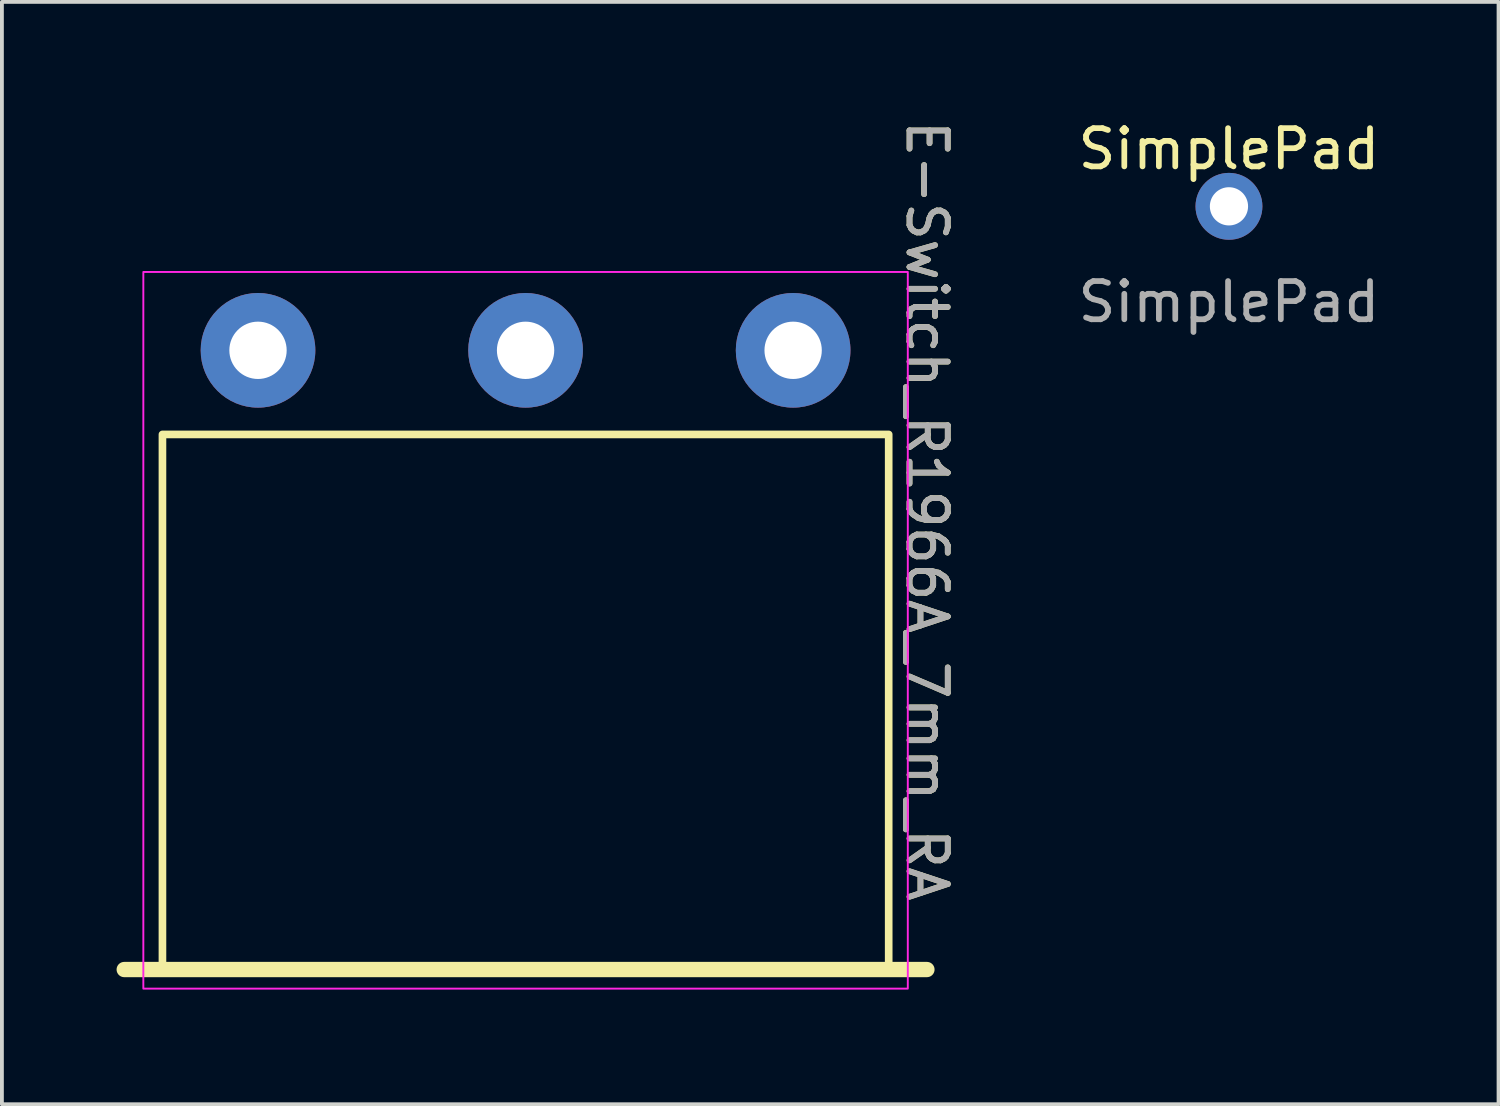
<source format=kicad_pcb>
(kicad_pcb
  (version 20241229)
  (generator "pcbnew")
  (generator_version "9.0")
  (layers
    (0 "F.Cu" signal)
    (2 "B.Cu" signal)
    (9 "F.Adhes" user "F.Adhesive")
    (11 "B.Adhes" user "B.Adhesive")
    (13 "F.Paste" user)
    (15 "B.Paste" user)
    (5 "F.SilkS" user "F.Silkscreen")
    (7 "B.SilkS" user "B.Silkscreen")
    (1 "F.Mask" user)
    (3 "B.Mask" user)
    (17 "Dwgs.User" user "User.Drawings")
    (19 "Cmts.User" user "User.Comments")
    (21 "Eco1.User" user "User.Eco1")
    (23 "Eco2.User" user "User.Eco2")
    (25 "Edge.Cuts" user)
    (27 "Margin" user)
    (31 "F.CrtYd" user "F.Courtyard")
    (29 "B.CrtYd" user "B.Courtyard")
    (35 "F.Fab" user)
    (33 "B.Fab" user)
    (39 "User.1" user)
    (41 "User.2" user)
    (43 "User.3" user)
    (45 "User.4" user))
  (footprint "SimplePad"
    (layer "F.Cu")
    (at 29.102 2.348)
    (property "Reference" "SimplePad" (at 0 -1.5 0) (unlocked yes) (layer "F.SilkS") (effects (font (size 1 1) (thickness 0.15))))
    (attr through_hole)
    (fp_text user "${REFERENCE}" (at 0 2.5 0) (unlocked yes) (layer "F.Fab") (effects (font (size 1 1) (thickness 0.15))))
    (pad "1" thru_hole circle (at 0 0) (size 1.75 1.75) (drill 1) (layers "*.Cu" "*.Mask")))
  (footprint "E-Switch_R1966A‎_7mm_RA"
    (layer "F.Cu")
    (at 10.7 14.315)
    (property "Reference" "E-Switch_R1966A‎_7mm_RA" (at 10.5 -4 270) (unlocked yes) (layer "F.SilkS") (effects (font (size 1 1) (thickness 0.15))))
    (attr through_hole)
    (fp_line (start -10.5 8) (end 10.5 8) (stroke (width 0.4) (type solid)) (layer "F.SilkS"))
    (fp_rect (start -9.5 -6) (end 9.5 8) (stroke (width 0.2) (type solid)) (fill no) (layer "F.SilkS"))
    (fp_rect (start -10 8.5) (end 10 -10.25) (stroke (width 0.05) (type solid)) (fill no) (layer "F.CrtYd"))
    (fp_text user "${REFERENCE}" (at 10.5 -4 270) (unlocked yes) (layer "F.Fab") (effects (font (size 1 1) (thickness 0.15))))
    (pad "1" thru_hole circle (at -7 -8.2) (size 3 3) (drill 1.5) (layers "*.Cu" "*.Mask"))
    (pad "2" thru_hole circle (at 0 -8.2) (size 3 3) (drill 1.5) (layers "*.Cu" "*.Mask"))
    (pad "3" thru_hole circle (at 7 -8.2) (size 3 3) (drill 1.5) (layers "*.Cu" "*.Mask")))
  (gr_rect
    (start -3 -3)
    (end 36.155 25.84)
    (stroke (width 0.1) (type default))
    (fill no)
    (layer "Edge.Cuts")))
</source>
